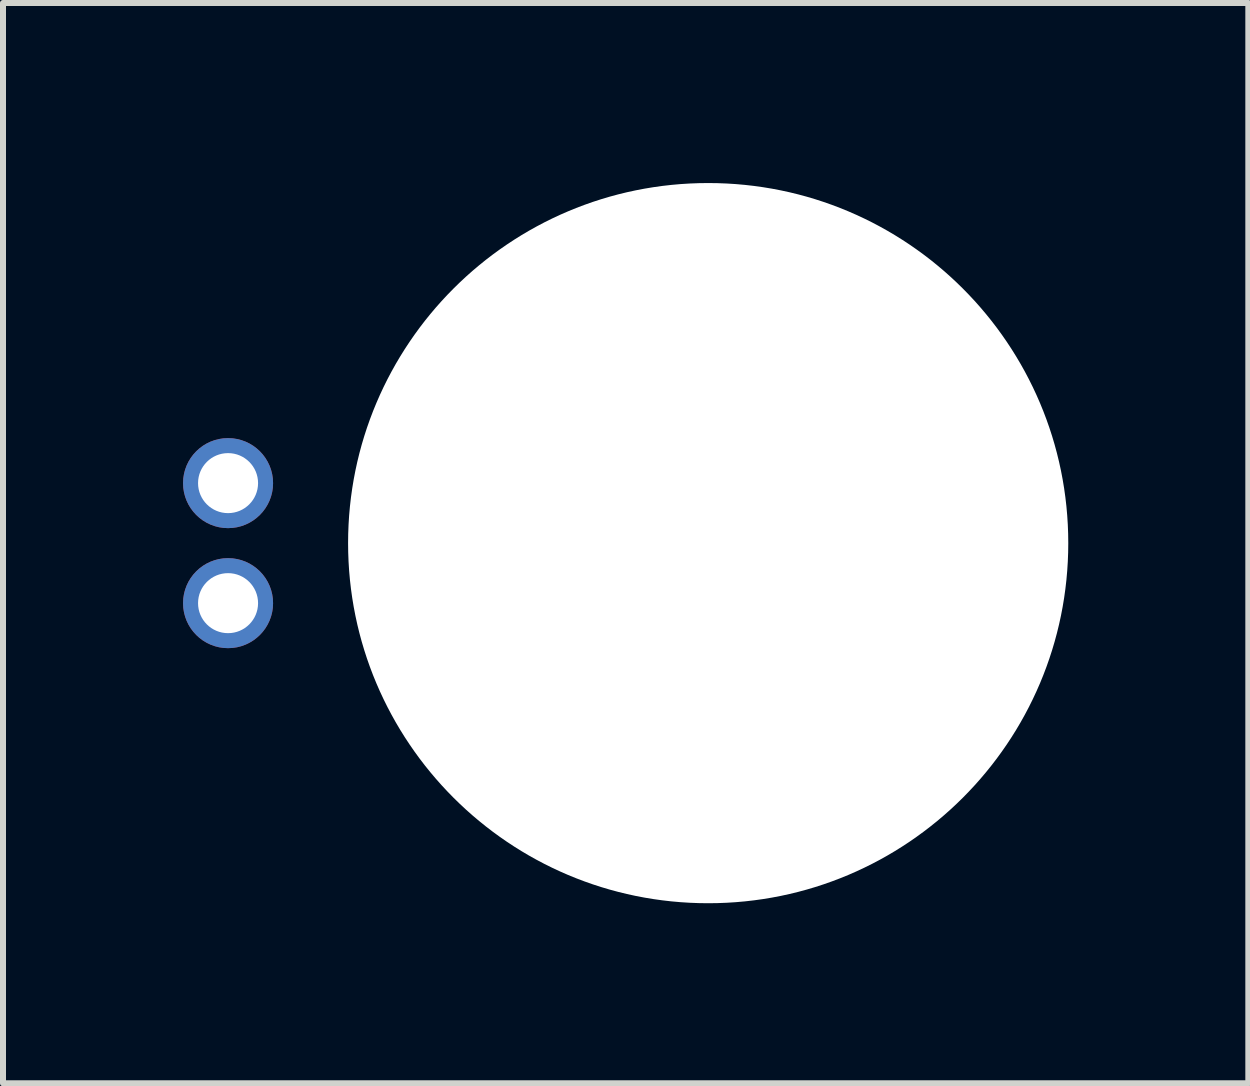
<source format=kicad_pcb>
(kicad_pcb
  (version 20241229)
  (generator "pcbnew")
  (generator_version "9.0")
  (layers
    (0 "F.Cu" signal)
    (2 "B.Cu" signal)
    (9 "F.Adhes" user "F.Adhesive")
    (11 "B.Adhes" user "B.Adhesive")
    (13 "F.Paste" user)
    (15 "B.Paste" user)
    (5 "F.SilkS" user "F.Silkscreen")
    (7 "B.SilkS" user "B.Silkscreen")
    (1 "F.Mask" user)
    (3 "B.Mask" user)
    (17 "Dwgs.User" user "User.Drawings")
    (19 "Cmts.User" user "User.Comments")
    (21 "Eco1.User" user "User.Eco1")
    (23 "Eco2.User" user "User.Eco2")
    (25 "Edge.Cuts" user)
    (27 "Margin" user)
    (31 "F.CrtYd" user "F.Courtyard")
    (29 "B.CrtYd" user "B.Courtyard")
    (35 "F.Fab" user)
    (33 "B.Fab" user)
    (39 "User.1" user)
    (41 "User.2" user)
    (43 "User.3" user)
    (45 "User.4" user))
  (footprint "button_12mm"
    (layer "F.Cu")
    (at 8.75 6)
    (property "Reference" "button_12mm" (at 0 -0.5 0) (unlocked yes) (layer "F.SilkS") (effects (font (size 1 1) (thickness 0.1))))
    (fp_text user "${REFERENCE}" (at 0 2.5 0) (unlocked yes) (layer "F.Fab") (effects (font (size 1 1) (thickness 0.15))))
    (pad "" np_thru_hole circle (at 0 0) (size 12 12) (drill 12) (layers "*.Cu" "*.Mask"))
    (pad "1" thru_hole circle (at -8 1) (size 1.5 1.5) (drill 1) (layers "*.Cu" "*.Mask"))
    (pad "2" thru_hole circle (at -8 -1) (size 1.5 1.5) (drill 1) (layers "*.Cu" "*.Mask")))
  (gr_rect
    (start -3 -3)
    (end 17.75 15)
    (stroke (width 0.1) (type default))
    (fill no)
    (layer "Edge.Cuts")))
</source>
